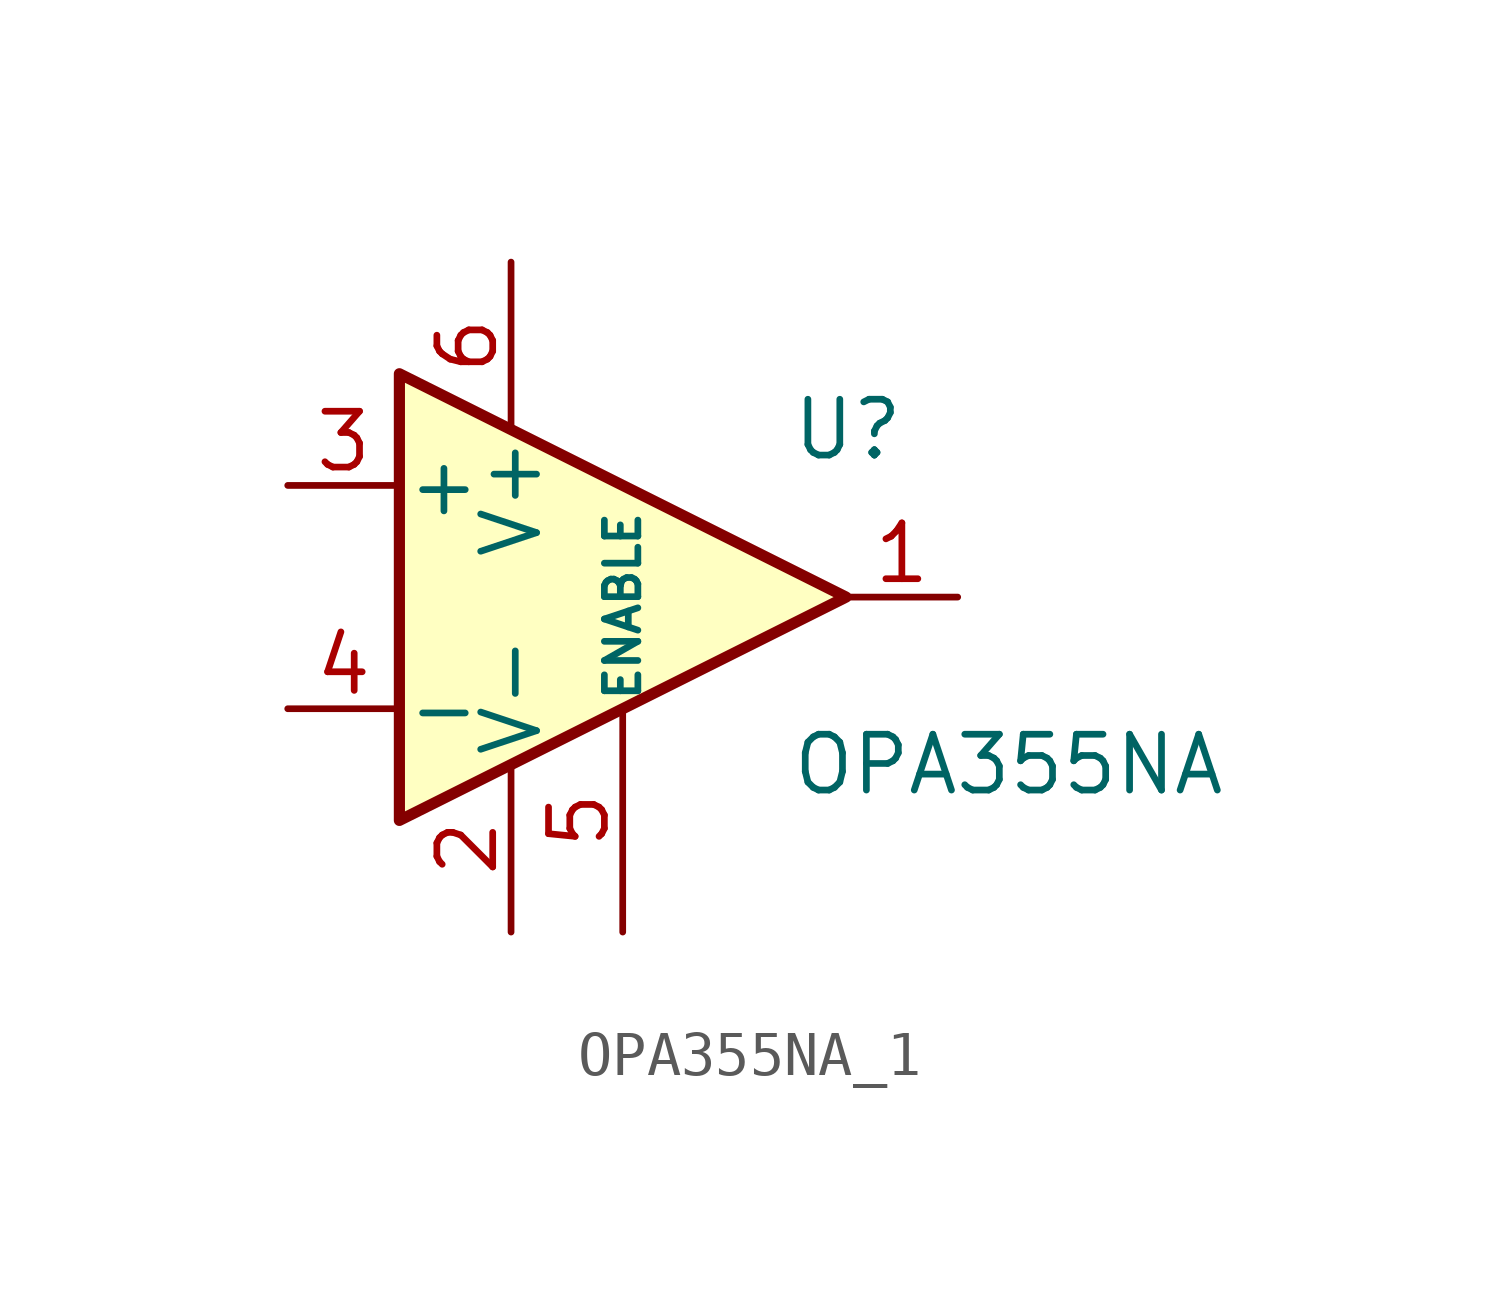
<source format=kicad_sym>
(kicad_symbol_lib
  (version 20231120)
  (generator "kicad_symbol_editor")
  (generator_version "8.0")
  (symbol "OPA355NA_1"
    (pin_names
      (offset 0.127))
    (property "Reference" "U"
      (at 3.81 3.81 0)
      (effects (font (size 1.27 1.27)) (justify left)))
    (property "Value" "OPA355NA"
      (at 3.81 -3.81 0)
      (effects (font (size 1.27 1.27)) (justify left)))
    (symbol "OPA355NA_1_0_1"
      (polyline (pts (xy -5.08 5.08) (xy 5.08 0) (xy -5.08 -5.08) (xy -5.08 5.08)) (stroke (width 0.254) (type default)) (fill (type background))))
    (symbol "OPA355NA_1_1_1"
      (pin output line (at 7.62 0 180) (length 2.54) (name "~" (effects (font (size 1.27 1.27)))) (number "1" (effects (font (size 1.27 1.27)))))
      (pin power_in line (at -2.54 -7.62 90) (length 3.81) (name "V-" (effects (font (size 1.27 1.27)))) (number "2" (effects (font (size 1.27 1.27)))))
      (pin input line (at -7.62 2.54 0) (length 2.54) (name "+" (effects (font (size 1.27 1.27)))) (number "3" (effects (font (size 1.27 1.27)))))
      (pin input line (at -7.62 -2.54 0) (length 2.54) (name "-" (effects (font (size 1.27 1.27)))) (number "4" (effects (font (size 1.27 1.27)))))
      (pin input line (at 0 -7.62 90) (length 5.08) (name "ENABLE" (effects (font (size 0.762 0.762)))) (number "5" (effects (font (size 1.27 1.27)))))
      (pin power_in line (at -2.54 7.62 270) (length 3.81) (name "V+" (effects (font (size 1.27 1.27)))) (number "6" (effects (font (size 1.27 1.27))))))))
</source>
